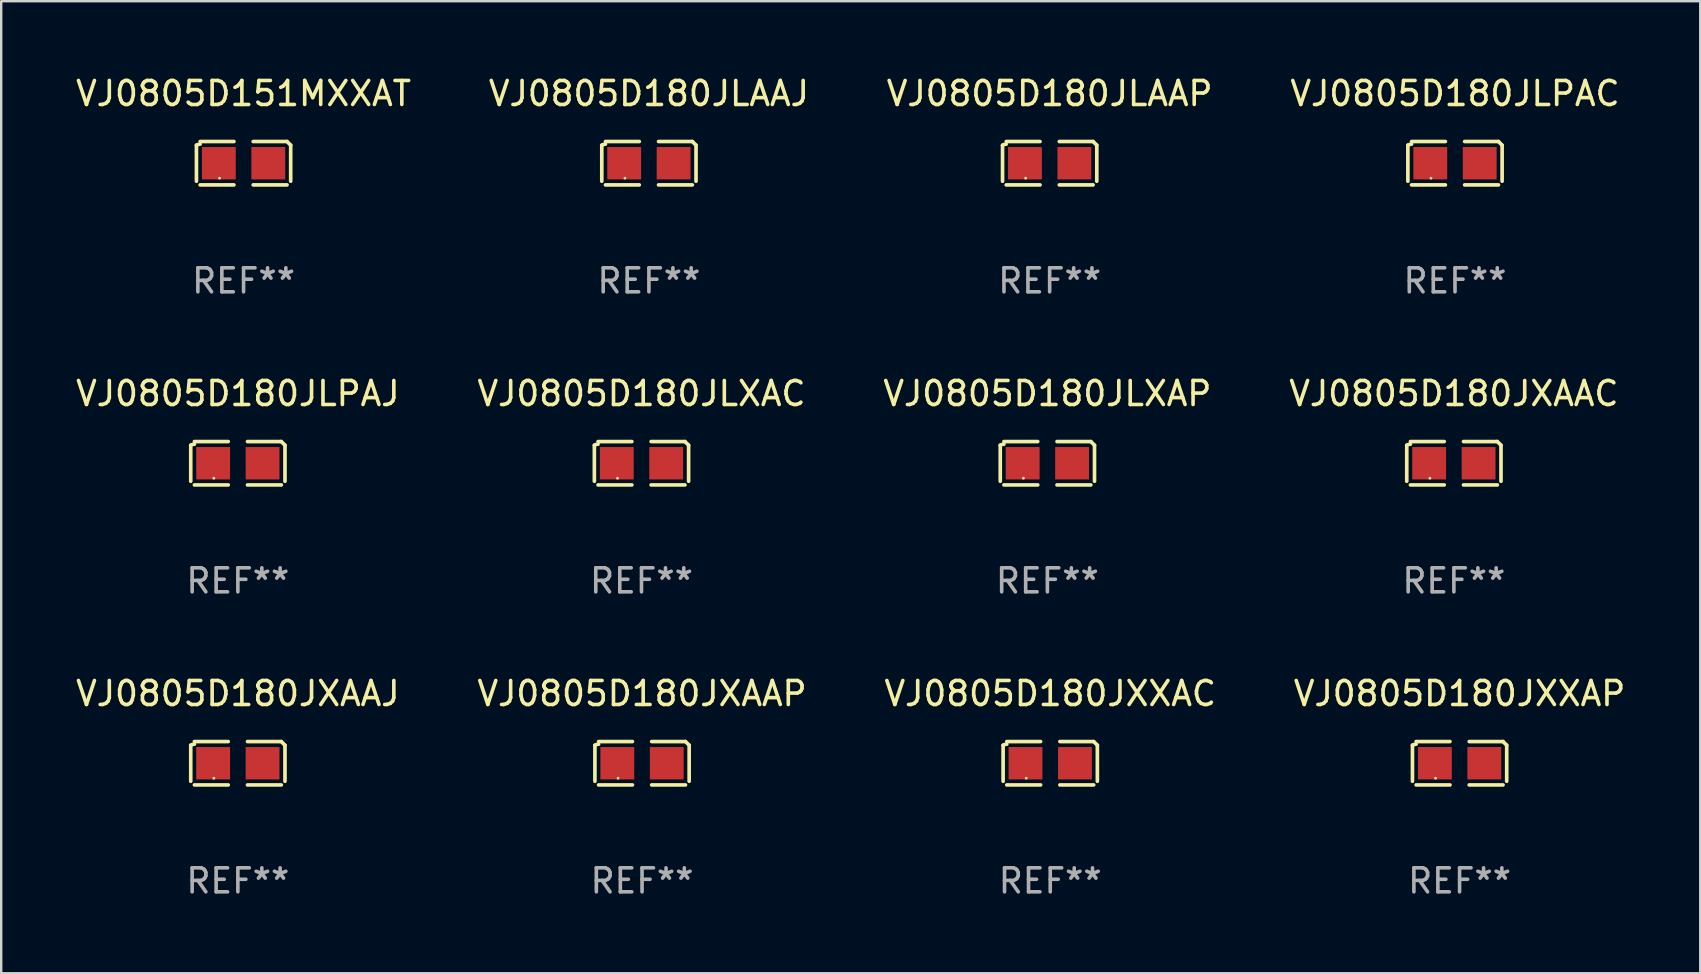
<source format=kicad_pcb>
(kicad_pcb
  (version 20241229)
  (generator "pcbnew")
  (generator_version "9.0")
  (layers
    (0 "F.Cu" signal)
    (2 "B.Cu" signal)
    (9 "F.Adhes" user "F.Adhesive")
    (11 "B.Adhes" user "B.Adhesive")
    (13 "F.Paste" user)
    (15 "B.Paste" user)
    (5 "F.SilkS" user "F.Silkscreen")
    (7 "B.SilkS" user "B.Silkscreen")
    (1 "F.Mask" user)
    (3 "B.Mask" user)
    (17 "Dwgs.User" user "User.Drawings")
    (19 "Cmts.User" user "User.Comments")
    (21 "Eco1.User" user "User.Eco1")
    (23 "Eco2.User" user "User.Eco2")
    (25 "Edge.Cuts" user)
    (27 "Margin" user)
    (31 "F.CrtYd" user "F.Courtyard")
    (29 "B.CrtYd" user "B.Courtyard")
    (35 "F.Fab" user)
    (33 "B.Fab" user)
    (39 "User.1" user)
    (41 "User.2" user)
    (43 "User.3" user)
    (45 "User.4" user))
  (footprint "VJ0805D180JXXAC"
    (layer "F.Cu")
    (at 40.72 28.759)
    (property "Reference" "VJ0805D180JXXAC" (at 0 -2.904 0) (layer "F.SilkS") (effects (font (size 1 1) (thickness 0.15))))
    (attr through_hole)
    (fp_line (start -1.964 0.751) (end -1.964 -0.751) (stroke (width 0.152) (type solid)) (layer "F.SilkS"))
    (fp_line (start -1.811 -0.904) (end -0.401 -0.904) (stroke (width 0.152) (type solid)) (layer "F.SilkS"))
    (fp_line (start -0.401 0.904) (end -1.811 0.904) (stroke (width 0.152) (type solid)) (layer "F.SilkS"))
    (fp_line (start 0.401 0.904) (end 1.811 0.904) (stroke (width 0.152) (type solid)) (layer "F.SilkS"))
    (fp_line (start 1.811 -0.904) (end 0.401 -0.904) (stroke (width 0.152) (type solid)) (layer "F.SilkS"))
    (fp_line (start 1.964 0.751) (end 1.964 -0.751) (stroke (width 0.152) (type solid)) (layer "F.SilkS"))
    (fp_arc (start -1.963602 -0.751207) (mid -1.890354 -0.783131) (end -1.811201 -0.794044) (stroke (width 0.1524) (type solid)) (layer "F.SilkS"))
    (fp_arc (start 1.811202 -0.903607) (mid 1.887413 -0.827418) (end 1.963602 -0.751207) (stroke (width 0.1524) (type solid)) (layer "F.SilkS"))
    (fp_circle (center -1 0.625) (end -0.97 0.625) (stroke (width 0.06) (type solid)) (fill no) (layer "F.SilkS"))
    (fp_text user "REF**" (at 0 4.904 0) (layer "F.Fab") (effects (font (size 1 1) (thickness 0.15))))
    (pad "1" smd rect (at -1.03 0) (size 1.41 1.35) (layers "F.Cu" "F.Mask" "F.Paste"))
    (pad "2" smd rect (at 1.03 0) (size 1.41 1.35) (layers "F.Cu" "F.Mask" "F.Paste")))
  (footprint "VJ0805D180JXAAP"
    (layer "F.Cu")
    (at 23.708 28.759)
    (property "Reference" "VJ0805D180JXAAP" (at 0 -2.904 0) (layer "F.SilkS") (effects (font (size 1 1) (thickness 0.15))))
    (attr through_hole)
    (fp_line (start -1.964 0.751) (end -1.964 -0.751) (stroke (width 0.152) (type solid)) (layer "F.SilkS"))
    (fp_line (start -1.811 -0.904) (end -0.401 -0.904) (stroke (width 0.152) (type solid)) (layer "F.SilkS"))
    (fp_line (start -0.401 0.904) (end -1.811 0.904) (stroke (width 0.152) (type solid)) (layer "F.SilkS"))
    (fp_line (start 0.401 0.904) (end 1.811 0.904) (stroke (width 0.152) (type solid)) (layer "F.SilkS"))
    (fp_line (start 1.811 -0.904) (end 0.401 -0.904) (stroke (width 0.152) (type solid)) (layer "F.SilkS"))
    (fp_line (start 1.964 0.751) (end 1.964 -0.751) (stroke (width 0.152) (type solid)) (layer "F.SilkS"))
    (fp_arc (start -1.963602 -0.751207) (mid -1.890354 -0.783131) (end -1.811201 -0.794044) (stroke (width 0.1524) (type solid)) (layer "F.SilkS"))
    (fp_arc (start 1.811202 -0.903607) (mid 1.887413 -0.827418) (end 1.963602 -0.751207) (stroke (width 0.1524) (type solid)) (layer "F.SilkS"))
    (fp_circle (center -1 0.625) (end -0.97 0.625) (stroke (width 0.06) (type solid)) (fill no) (layer "F.SilkS"))
    (fp_text user "REF**" (at 0 4.904 0) (layer "F.Fab") (effects (font (size 1 1) (thickness 0.15))))
    (pad "1" smd rect (at -1.03 0) (size 1.41 1.35) (layers "F.Cu" "F.Mask" "F.Paste"))
    (pad "2" smd rect (at 1.03 0) (size 1.41 1.35) (layers "F.Cu" "F.Mask" "F.Paste")))
  (footprint "VJ0805D180JXAAC"
    (layer "F.Cu")
    (at 57.542 16.256)
    (property "Reference" "VJ0805D180JXAAC" (at 0 -2.904 0) (layer "F.SilkS") (effects (font (size 1 1) (thickness 0.15))))
    (attr through_hole)
    (fp_line (start -1.964 0.751) (end -1.964 -0.751) (stroke (width 0.152) (type solid)) (layer "F.SilkS"))
    (fp_line (start -1.811 -0.904) (end -0.401 -0.904) (stroke (width 0.152) (type solid)) (layer "F.SilkS"))
    (fp_line (start -0.401 0.904) (end -1.811 0.904) (stroke (width 0.152) (type solid)) (layer "F.SilkS"))
    (fp_line (start 0.401 0.904) (end 1.811 0.904) (stroke (width 0.152) (type solid)) (layer "F.SilkS"))
    (fp_line (start 1.811 -0.904) (end 0.401 -0.904) (stroke (width 0.152) (type solid)) (layer "F.SilkS"))
    (fp_line (start 1.964 0.751) (end 1.964 -0.751) (stroke (width 0.152) (type solid)) (layer "F.SilkS"))
    (fp_arc (start -1.963602 -0.751207) (mid -1.890354 -0.783131) (end -1.811201 -0.794044) (stroke (width 0.1524) (type solid)) (layer "F.SilkS"))
    (fp_arc (start 1.811202 -0.903607) (mid 1.887413 -0.827418) (end 1.963602 -0.751207) (stroke (width 0.1524) (type solid)) (layer "F.SilkS"))
    (fp_circle (center -1 0.625) (end -0.97 0.625) (stroke (width 0.06) (type solid)) (fill no) (layer "F.SilkS"))
    (fp_text user "REF**" (at 0 4.904 0) (layer "F.Fab") (effects (font (size 1 1) (thickness 0.15))))
    (pad "1" smd rect (at -1.03 0) (size 1.41 1.35) (layers "F.Cu" "F.Mask" "F.Paste"))
    (pad "2" smd rect (at 1.03 0) (size 1.41 1.35) (layers "F.Cu" "F.Mask" "F.Paste")))
  (footprint "VJ0805D180JLXAP"
    (layer "F.Cu")
    (at 40.601 16.256)
    (property "Reference" "VJ0805D180JLXAP" (at 0 -2.904 0) (layer "F.SilkS") (effects (font (size 1 1) (thickness 0.15))))
    (attr through_hole)
    (fp_line (start -1.964 0.751) (end -1.964 -0.751) (stroke (width 0.152) (type solid)) (layer "F.SilkS"))
    (fp_line (start -1.811 -0.904) (end -0.401 -0.904) (stroke (width 0.152) (type solid)) (layer "F.SilkS"))
    (fp_line (start -0.401 0.904) (end -1.811 0.904) (stroke (width 0.152) (type solid)) (layer "F.SilkS"))
    (fp_line (start 0.401 0.904) (end 1.811 0.904) (stroke (width 0.152) (type solid)) (layer "F.SilkS"))
    (fp_line (start 1.811 -0.904) (end 0.401 -0.904) (stroke (width 0.152) (type solid)) (layer "F.SilkS"))
    (fp_line (start 1.964 0.751) (end 1.964 -0.751) (stroke (width 0.152) (type solid)) (layer "F.SilkS"))
    (fp_arc (start -1.963602 -0.751207) (mid -1.890354 -0.783131) (end -1.811201 -0.794044) (stroke (width 0.1524) (type solid)) (layer "F.SilkS"))
    (fp_arc (start 1.811202 -0.903607) (mid 1.887413 -0.827418) (end 1.963602 -0.751207) (stroke (width 0.1524) (type solid)) (layer "F.SilkS"))
    (fp_circle (center -1 0.625) (end -0.97 0.625) (stroke (width 0.06) (type solid)) (fill no) (layer "F.SilkS"))
    (fp_text user "REF**" (at 0 4.904 0) (layer "F.Fab") (effects (font (size 1 1) (thickness 0.15))))
    (pad "1" smd rect (at -1.03 0) (size 1.41 1.35) (layers "F.Cu" "F.Mask" "F.Paste"))
    (pad "2" smd rect (at 1.03 0) (size 1.41 1.35) (layers "F.Cu" "F.Mask" "F.Paste")))
  (footprint "VJ0805D180JLPAJ"
    (layer "F.Cu")
    (at 6.863 16.256)
    (property "Reference" "VJ0805D180JLPAJ" (at 0 -2.904 0) (layer "F.SilkS") (effects (font (size 1 1) (thickness 0.15))))
    (attr through_hole)
    (fp_line (start -1.964 0.751) (end -1.964 -0.751) (stroke (width 0.152) (type solid)) (layer "F.SilkS"))
    (fp_line (start -1.811 -0.904) (end -0.401 -0.904) (stroke (width 0.152) (type solid)) (layer "F.SilkS"))
    (fp_line (start -0.401 0.904) (end -1.811 0.904) (stroke (width 0.152) (type solid)) (layer "F.SilkS"))
    (fp_line (start 0.401 0.904) (end 1.811 0.904) (stroke (width 0.152) (type solid)) (layer "F.SilkS"))
    (fp_line (start 1.811 -0.904) (end 0.401 -0.904) (stroke (width 0.152) (type solid)) (layer "F.SilkS"))
    (fp_line (start 1.964 0.751) (end 1.964 -0.751) (stroke (width 0.152) (type solid)) (layer "F.SilkS"))
    (fp_arc (start -1.963602 -0.751207) (mid -1.890354 -0.783131) (end -1.811201 -0.794044) (stroke (width 0.1524) (type solid)) (layer "F.SilkS"))
    (fp_arc (start 1.811202 -0.903607) (mid 1.887413 -0.827418) (end 1.963602 -0.751207) (stroke (width 0.1524) (type solid)) (layer "F.SilkS"))
    (fp_circle (center -1 0.625) (end -0.97 0.625) (stroke (width 0.06) (type solid)) (fill no) (layer "F.SilkS"))
    (fp_text user "REF**" (at 0 4.904 0) (layer "F.Fab") (effects (font (size 1 1) (thickness 0.15))))
    (pad "1" smd rect (at -1.03 0) (size 1.41 1.35) (layers "F.Cu" "F.Mask" "F.Paste"))
    (pad "2" smd rect (at 1.03 0) (size 1.41 1.35) (layers "F.Cu" "F.Mask" "F.Paste")))
  (footprint "VJ0805D180JLXAC"
    (layer "F.Cu")
    (at 23.685 16.256)
    (property "Reference" "VJ0805D180JLXAC" (at 0 -2.904 0) (layer "F.SilkS") (effects (font (size 1 1) (thickness 0.15))))
    (attr through_hole)
    (fp_line (start -1.964 0.751) (end -1.964 -0.751) (stroke (width 0.152) (type solid)) (layer "F.SilkS"))
    (fp_line (start -1.811 -0.904) (end -0.401 -0.904) (stroke (width 0.152) (type solid)) (layer "F.SilkS"))
    (fp_line (start -0.401 0.904) (end -1.811 0.904) (stroke (width 0.152) (type solid)) (layer "F.SilkS"))
    (fp_line (start 0.401 0.904) (end 1.811 0.904) (stroke (width 0.152) (type solid)) (layer "F.SilkS"))
    (fp_line (start 1.811 -0.904) (end 0.401 -0.904) (stroke (width 0.152) (type solid)) (layer "F.SilkS"))
    (fp_line (start 1.964 0.751) (end 1.964 -0.751) (stroke (width 0.152) (type solid)) (layer "F.SilkS"))
    (fp_arc (start -1.963602 -0.751207) (mid -1.890354 -0.783131) (end -1.811201 -0.794044) (stroke (width 0.1524) (type solid)) (layer "F.SilkS"))
    (fp_arc (start 1.811202 -0.903607) (mid 1.887413 -0.827418) (end 1.963602 -0.751207) (stroke (width 0.1524) (type solid)) (layer "F.SilkS"))
    (fp_circle (center -1 0.625) (end -0.97 0.625) (stroke (width 0.06) (type solid)) (fill no) (layer "F.SilkS"))
    (fp_text user "REF**" (at 0 4.904 0) (layer "F.Fab") (effects (font (size 1 1) (thickness 0.15))))
    (pad "1" smd rect (at -1.03 0) (size 1.41 1.35) (layers "F.Cu" "F.Mask" "F.Paste"))
    (pad "2" smd rect (at 1.03 0) (size 1.41 1.35) (layers "F.Cu" "F.Mask" "F.Paste")))
  (footprint "VJ0805D151MXXAT"
    (layer "F.Cu")
    (at 7.101 3.752)
    (property "Reference" "VJ0805D151MXXAT" (at 0 -2.904 0) (layer "F.SilkS") (effects (font (size 1 1) (thickness 0.15))))
    (attr through_hole)
    (fp_line (start -1.964 0.751) (end -1.964 -0.751) (stroke (width 0.152) (type solid)) (layer "F.SilkS"))
    (fp_line (start -1.811 -0.904) (end -0.401 -0.904) (stroke (width 0.152) (type solid)) (layer "F.SilkS"))
    (fp_line (start -0.401 0.904) (end -1.811 0.904) (stroke (width 0.152) (type solid)) (layer "F.SilkS"))
    (fp_line (start 0.401 0.904) (end 1.811 0.904) (stroke (width 0.152) (type solid)) (layer "F.SilkS"))
    (fp_line (start 1.811 -0.904) (end 0.401 -0.904) (stroke (width 0.152) (type solid)) (layer "F.SilkS"))
    (fp_line (start 1.964 0.751) (end 1.964 -0.751) (stroke (width 0.152) (type solid)) (layer "F.SilkS"))
    (fp_arc (start -1.963602 -0.751207) (mid -1.890354 -0.783131) (end -1.811201 -0.794044) (stroke (width 0.1524) (type solid)) (layer "F.SilkS"))
    (fp_arc (start 1.811202 -0.903607) (mid 1.887413 -0.827418) (end 1.963602 -0.751207) (stroke (width 0.1524) (type solid)) (layer "F.SilkS"))
    (fp_circle (center -1 0.625) (end -0.97 0.625) (stroke (width 0.06) (type solid)) (fill no) (layer "F.SilkS"))
    (fp_text user "REF**" (at 0 4.904 0) (layer "F.Fab") (effects (font (size 1 1) (thickness 0.15))))
    (pad "1" smd rect (at -1.03 0) (size 1.41 1.35) (layers "F.Cu" "F.Mask" "F.Paste"))
    (pad "2" smd rect (at 1.03 0) (size 1.41 1.35) (layers "F.Cu" "F.Mask" "F.Paste")))
  (footprint "VJ0805D180JXXAP"
    (layer "F.Cu")
    (at 57.78 28.759)
    (property "Reference" "VJ0805D180JXXAP" (at 0 -2.904 0) (layer "F.SilkS") (effects (font (size 1 1) (thickness 0.15))))
    (attr through_hole)
    (fp_line (start -1.964 0.751) (end -1.964 -0.751) (stroke (width 0.152) (type solid)) (layer "F.SilkS"))
    (fp_line (start -1.811 -0.904) (end -0.401 -0.904) (stroke (width 0.152) (type solid)) (layer "F.SilkS"))
    (fp_line (start -0.401 0.904) (end -1.811 0.904) (stroke (width 0.152) (type solid)) (layer "F.SilkS"))
    (fp_line (start 0.401 0.904) (end 1.811 0.904) (stroke (width 0.152) (type solid)) (layer "F.SilkS"))
    (fp_line (start 1.811 -0.904) (end 0.401 -0.904) (stroke (width 0.152) (type solid)) (layer "F.SilkS"))
    (fp_line (start 1.964 0.751) (end 1.964 -0.751) (stroke (width 0.152) (type solid)) (layer "F.SilkS"))
    (fp_arc (start -1.963602 -0.751207) (mid -1.890354 -0.783131) (end -1.811201 -0.794044) (stroke (width 0.1524) (type solid)) (layer "F.SilkS"))
    (fp_arc (start 1.811202 -0.903607) (mid 1.887413 -0.827418) (end 1.963602 -0.751207) (stroke (width 0.1524) (type solid)) (layer "F.SilkS"))
    (fp_circle (center -1 0.625) (end -0.97 0.625) (stroke (width 0.06) (type solid)) (fill no) (layer "F.SilkS"))
    (fp_text user "REF**" (at 0 4.904 0) (layer "F.Fab") (effects (font (size 1 1) (thickness 0.15))))
    (pad "1" smd rect (at -1.03 0) (size 1.41 1.35) (layers "F.Cu" "F.Mask" "F.Paste"))
    (pad "2" smd rect (at 1.03 0) (size 1.41 1.35) (layers "F.Cu" "F.Mask" "F.Paste")))
  (footprint "VJ0805D180JXAAJ"
    (layer "F.Cu")
    (at 6.863 28.759)
    (property "Reference" "VJ0805D180JXAAJ" (at 0 -2.904 0) (layer "F.SilkS") (effects (font (size 1 1) (thickness 0.15))))
    (attr through_hole)
    (fp_line (start -1.964 0.751) (end -1.964 -0.751) (stroke (width 0.152) (type solid)) (layer "F.SilkS"))
    (fp_line (start -1.811 -0.904) (end -0.401 -0.904) (stroke (width 0.152) (type solid)) (layer "F.SilkS"))
    (fp_line (start -0.401 0.904) (end -1.811 0.904) (stroke (width 0.152) (type solid)) (layer "F.SilkS"))
    (fp_line (start 0.401 0.904) (end 1.811 0.904) (stroke (width 0.152) (type solid)) (layer "F.SilkS"))
    (fp_line (start 1.811 -0.904) (end 0.401 -0.904) (stroke (width 0.152) (type solid)) (layer "F.SilkS"))
    (fp_line (start 1.964 0.751) (end 1.964 -0.751) (stroke (width 0.152) (type solid)) (layer "F.SilkS"))
    (fp_arc (start -1.963602 -0.751207) (mid -1.890354 -0.783131) (end -1.811201 -0.794044) (stroke (width 0.1524) (type solid)) (layer "F.SilkS"))
    (fp_arc (start 1.811202 -0.903607) (mid 1.887413 -0.827418) (end 1.963602 -0.751207) (stroke (width 0.1524) (type solid)) (layer "F.SilkS"))
    (fp_circle (center -1 0.625) (end -0.97 0.625) (stroke (width 0.06) (type solid)) (fill no) (layer "F.SilkS"))
    (fp_text user "REF**" (at 0 4.904 0) (layer "F.Fab") (effects (font (size 1 1) (thickness 0.15))))
    (pad "1" smd rect (at -1.03 0) (size 1.41 1.35) (layers "F.Cu" "F.Mask" "F.Paste"))
    (pad "2" smd rect (at 1.03 0) (size 1.41 1.35) (layers "F.Cu" "F.Mask" "F.Paste")))
  (footprint "VJ0805D180JLAAJ"
    (layer "F.Cu")
    (at 23.994 3.752)
    (property "Reference" "VJ0805D180JLAAJ" (at 0 -2.904 0) (layer "F.SilkS") (effects (font (size 1 1) (thickness 0.15))))
    (attr through_hole)
    (fp_line (start -1.964 0.751) (end -1.964 -0.751) (stroke (width 0.152) (type solid)) (layer "F.SilkS"))
    (fp_line (start -1.811 -0.904) (end -0.401 -0.904) (stroke (width 0.152) (type solid)) (layer "F.SilkS"))
    (fp_line (start -0.401 0.904) (end -1.811 0.904) (stroke (width 0.152) (type solid)) (layer "F.SilkS"))
    (fp_line (start 0.401 0.904) (end 1.811 0.904) (stroke (width 0.152) (type solid)) (layer "F.SilkS"))
    (fp_line (start 1.811 -0.904) (end 0.401 -0.904) (stroke (width 0.152) (type solid)) (layer "F.SilkS"))
    (fp_line (start 1.964 0.751) (end 1.964 -0.751) (stroke (width 0.152) (type solid)) (layer "F.SilkS"))
    (fp_arc (start -1.963602 -0.751207) (mid -1.890354 -0.783131) (end -1.811201 -0.794044) (stroke (width 0.1524) (type solid)) (layer "F.SilkS"))
    (fp_arc (start 1.811202 -0.903607) (mid 1.887413 -0.827418) (end 1.963602 -0.751207) (stroke (width 0.1524) (type solid)) (layer "F.SilkS"))
    (fp_circle (center -1 0.625) (end -0.97 0.625) (stroke (width 0.06) (type solid)) (fill no) (layer "F.SilkS"))
    (fp_text user "REF**" (at 0 4.904 0) (layer "F.Fab") (effects (font (size 1 1) (thickness 0.15))))
    (pad "1" smd rect (at -1.03 0) (size 1.41 1.35) (layers "F.Cu" "F.Mask" "F.Paste"))
    (pad "2" smd rect (at 1.03 0) (size 1.41 1.35) (layers "F.Cu" "F.Mask" "F.Paste")))
  (footprint "VJ0805D180JLAAP"
    (layer "F.Cu")
    (at 40.696 3.752)
    (property "Reference" "VJ0805D180JLAAP" (at 0 -2.904 0) (layer "F.SilkS") (effects (font (size 1 1) (thickness 0.15))))
    (attr through_hole)
    (fp_line (start -1.964 0.751) (end -1.964 -0.751) (stroke (width 0.152) (type solid)) (layer "F.SilkS"))
    (fp_line (start -1.811 -0.904) (end -0.401 -0.904) (stroke (width 0.152) (type solid)) (layer "F.SilkS"))
    (fp_line (start -0.401 0.904) (end -1.811 0.904) (stroke (width 0.152) (type solid)) (layer "F.SilkS"))
    (fp_line (start 0.401 0.904) (end 1.811 0.904) (stroke (width 0.152) (type solid)) (layer "F.SilkS"))
    (fp_line (start 1.811 -0.904) (end 0.401 -0.904) (stroke (width 0.152) (type solid)) (layer "F.SilkS"))
    (fp_line (start 1.964 0.751) (end 1.964 -0.751) (stroke (width 0.152) (type solid)) (layer "F.SilkS"))
    (fp_arc (start -1.963602 -0.751207) (mid -1.890354 -0.783131) (end -1.811201 -0.794044) (stroke (width 0.1524) (type solid)) (layer "F.SilkS"))
    (fp_arc (start 1.811202 -0.903607) (mid 1.887413 -0.827418) (end 1.963602 -0.751207) (stroke (width 0.1524) (type solid)) (layer "F.SilkS"))
    (fp_circle (center -1 0.625) (end -0.97 0.625) (stroke (width 0.06) (type solid)) (fill no) (layer "F.SilkS"))
    (fp_text user "REF**" (at 0 4.904 0) (layer "F.Fab") (effects (font (size 1 1) (thickness 0.15))))
    (pad "1" smd rect (at -1.03 0) (size 1.41 1.35) (layers "F.Cu" "F.Mask" "F.Paste"))
    (pad "2" smd rect (at 1.03 0) (size 1.41 1.35) (layers "F.Cu" "F.Mask" "F.Paste")))
  (footprint "VJ0805D180JLPAC"
    (layer "F.Cu")
    (at 57.589 3.752)
    (property "Reference" "VJ0805D180JLPAC" (at 0 -2.904 0) (layer "F.SilkS") (effects (font (size 1 1) (thickness 0.15))))
    (attr through_hole)
    (fp_line (start -1.964 0.751) (end -1.964 -0.751) (stroke (width 0.152) (type solid)) (layer "F.SilkS"))
    (fp_line (start -1.811 -0.904) (end -0.401 -0.904) (stroke (width 0.152) (type solid)) (layer "F.SilkS"))
    (fp_line (start -0.401 0.904) (end -1.811 0.904) (stroke (width 0.152) (type solid)) (layer "F.SilkS"))
    (fp_line (start 0.401 0.904) (end 1.811 0.904) (stroke (width 0.152) (type solid)) (layer "F.SilkS"))
    (fp_line (start 1.811 -0.904) (end 0.401 -0.904) (stroke (width 0.152) (type solid)) (layer "F.SilkS"))
    (fp_line (start 1.964 0.751) (end 1.964 -0.751) (stroke (width 0.152) (type solid)) (layer "F.SilkS"))
    (fp_arc (start -1.963602 -0.751207) (mid -1.890354 -0.783131) (end -1.811201 -0.794044) (stroke (width 0.1524) (type solid)) (layer "F.SilkS"))
    (fp_arc (start 1.811202 -0.903607) (mid 1.887413 -0.827418) (end 1.963602 -0.751207) (stroke (width 0.1524) (type solid)) (layer "F.SilkS"))
    (fp_circle (center -1 0.625) (end -0.97 0.625) (stroke (width 0.06) (type solid)) (fill no) (layer "F.SilkS"))
    (fp_text user "REF**" (at 0 4.904 0) (layer "F.Fab") (effects (font (size 1 1) (thickness 0.15))))
    (pad "1" smd rect (at -1.03 0) (size 1.41 1.35) (layers "F.Cu" "F.Mask" "F.Paste"))
    (pad "2" smd rect (at 1.03 0) (size 1.41 1.35) (layers "F.Cu" "F.Mask" "F.Paste")))
  (gr_rect
    (start -3 -3)
    (end 67.81 37.511)
    (stroke (width 0.1) (type default))
    (fill no)
    (layer "Edge.Cuts")))
</source>
